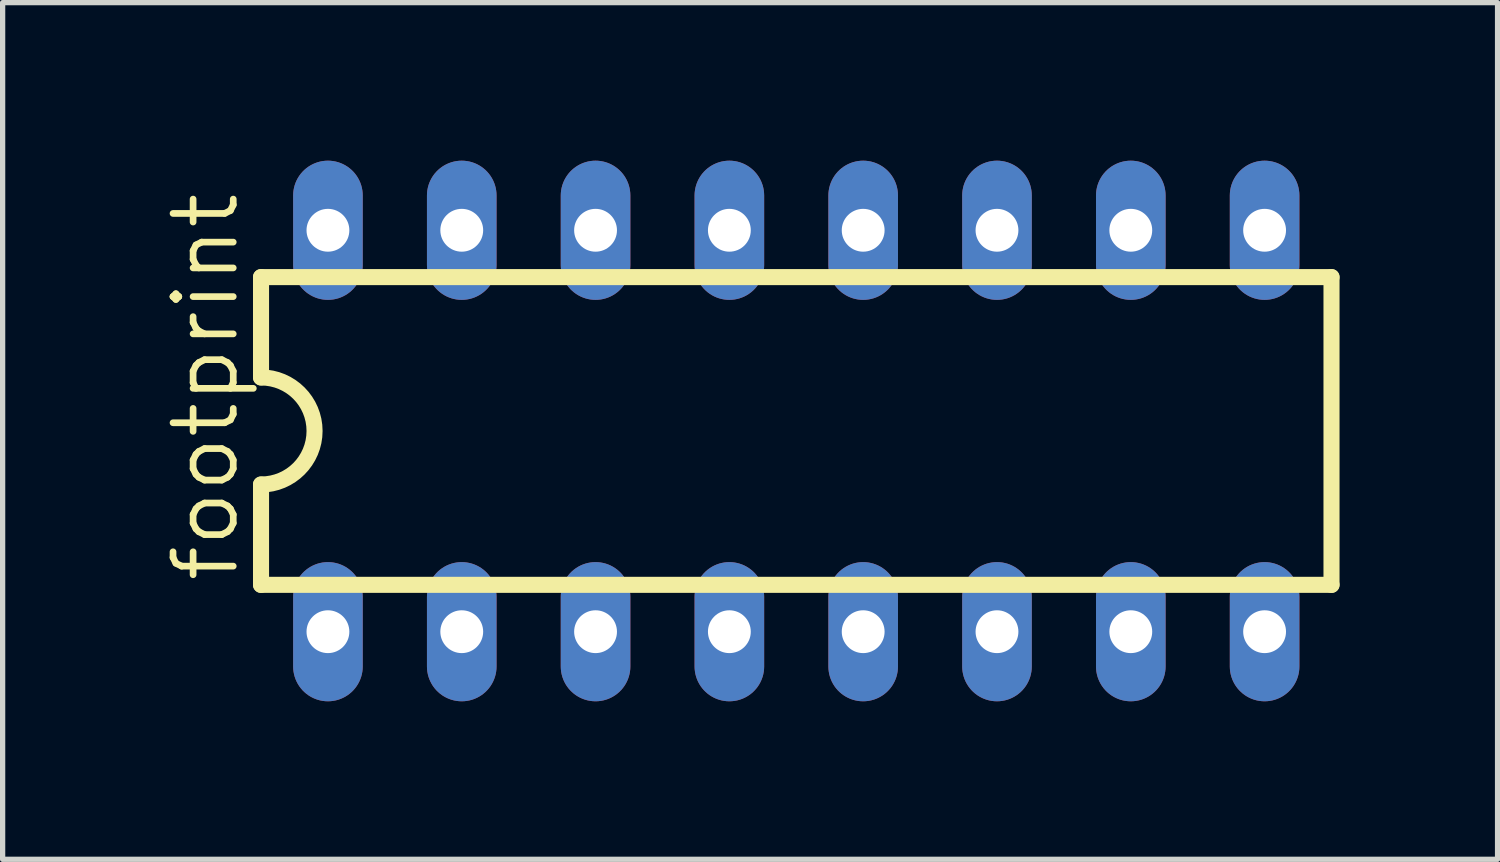
<source format=kicad_pcb>
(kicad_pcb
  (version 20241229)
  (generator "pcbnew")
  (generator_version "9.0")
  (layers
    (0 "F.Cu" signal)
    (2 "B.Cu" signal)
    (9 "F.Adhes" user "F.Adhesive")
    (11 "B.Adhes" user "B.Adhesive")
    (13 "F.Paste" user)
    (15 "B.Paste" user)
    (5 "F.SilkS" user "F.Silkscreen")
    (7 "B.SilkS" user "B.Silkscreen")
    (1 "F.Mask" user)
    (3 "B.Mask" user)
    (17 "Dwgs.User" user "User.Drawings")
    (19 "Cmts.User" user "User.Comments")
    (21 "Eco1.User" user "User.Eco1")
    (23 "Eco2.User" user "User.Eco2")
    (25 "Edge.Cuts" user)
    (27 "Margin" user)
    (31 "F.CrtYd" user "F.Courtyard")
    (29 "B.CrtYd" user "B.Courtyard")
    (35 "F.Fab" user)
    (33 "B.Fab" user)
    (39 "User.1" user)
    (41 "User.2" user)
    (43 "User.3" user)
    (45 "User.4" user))
  (footprint "footprint"
    (layer "F.Cu")
    (at 12.065 5.131)
    (property "Reference" "footprint" (at -10.541 2.921 90) (layer "F.SilkS") (effects (font (size 1.143 1.143) (thickness 0.127)) (justify left bottom)))
    (fp_line (start -10.16 -2.921) (end -10.16 -1.016) (stroke (width 0.305) (type solid)) (layer "F.SilkS"))
    (fp_line (start -10.16 2.921) (end -10.16 1.016) (stroke (width 0.305) (type solid)) (layer "F.SilkS"))
    (fp_line (start -10.16 2.921) (end 10.16 2.921) (stroke (width 0.305) (type solid)) (layer "F.SilkS"))
    (fp_line (start 10.16 -2.921) (end -10.16 -2.921) (stroke (width 0.305) (type solid)) (layer "F.SilkS"))
    (fp_line (start 10.16 -2.921) (end 10.16 2.921) (stroke (width 0.305) (type solid)) (layer "F.SilkS"))
    (fp_arc (start -10.16 -1.016) (mid -9.144 0) (end -10.16 1.016) (stroke (width 0.3048) (type solid)) (layer "F.SilkS"))
    (pad "1" thru_hole oval (at -8.89 3.81 90) (size 2.642 1.321) (drill 0.813) (layers "*.Cu" "*.Mask"))
    (pad "2" thru_hole oval (at -6.35 3.81 90) (size 2.642 1.321) (drill 0.813) (layers "*.Cu" "*.Mask"))
    (pad "3" thru_hole oval (at -3.81 3.81 90) (size 2.642 1.321) (drill 0.813) (layers "*.Cu" "*.Mask"))
    (pad "4" thru_hole oval (at -1.27 3.81 90) (size 2.642 1.321) (drill 0.813) (layers "*.Cu" "*.Mask"))
    (pad "5" thru_hole oval (at 1.27 3.81 90) (size 2.642 1.321) (drill 0.813) (layers "*.Cu" "*.Mask"))
    (pad "6" thru_hole oval (at 3.81 3.81 90) (size 2.642 1.321) (drill 0.813) (layers "*.Cu" "*.Mask"))
    (pad "7" thru_hole oval (at 6.35 3.81 90) (size 2.642 1.321) (drill 0.813) (layers "*.Cu" "*.Mask"))
    (pad "8" thru_hole oval (at 8.89 3.81 90) (size 2.642 1.321) (drill 0.813) (layers "*.Cu" "*.Mask"))
    (pad "9" thru_hole oval (at 8.89 -3.81 90) (size 2.642 1.321) (drill 0.813) (layers "*.Cu" "*.Mask"))
    (pad "10" thru_hole oval (at 6.35 -3.81 90) (size 2.642 1.321) (drill 0.813) (layers "*.Cu" "*.Mask"))
    (pad "11" thru_hole oval (at 3.81 -3.81 90) (size 2.642 1.321) (drill 0.813) (layers "*.Cu" "*.Mask"))
    (pad "12" thru_hole oval (at 1.27 -3.81 90) (size 2.642 1.321) (drill 0.813) (layers "*.Cu" "*.Mask"))
    (pad "13" thru_hole oval (at -1.27 -3.81 90) (size 2.642 1.321) (drill 0.813) (layers "*.Cu" "*.Mask"))
    (pad "14" thru_hole oval (at -3.81 -3.81 90) (size 2.642 1.321) (drill 0.813) (layers "*.Cu" "*.Mask"))
    (pad "15" thru_hole oval (at -6.35 -3.81 90) (size 2.642 1.321) (drill 0.813) (layers "*.Cu" "*.Mask"))
    (pad "16" thru_hole oval (at -8.89 -3.81 90) (size 2.642 1.321) (drill 0.813) (layers "*.Cu" "*.Mask")))
  (gr_rect
    (start -3 -3)
    (end 25.377 13.262)
    (stroke (width 0.1) (type default))
    (fill no)
    (layer "Edge.Cuts")))
</source>
